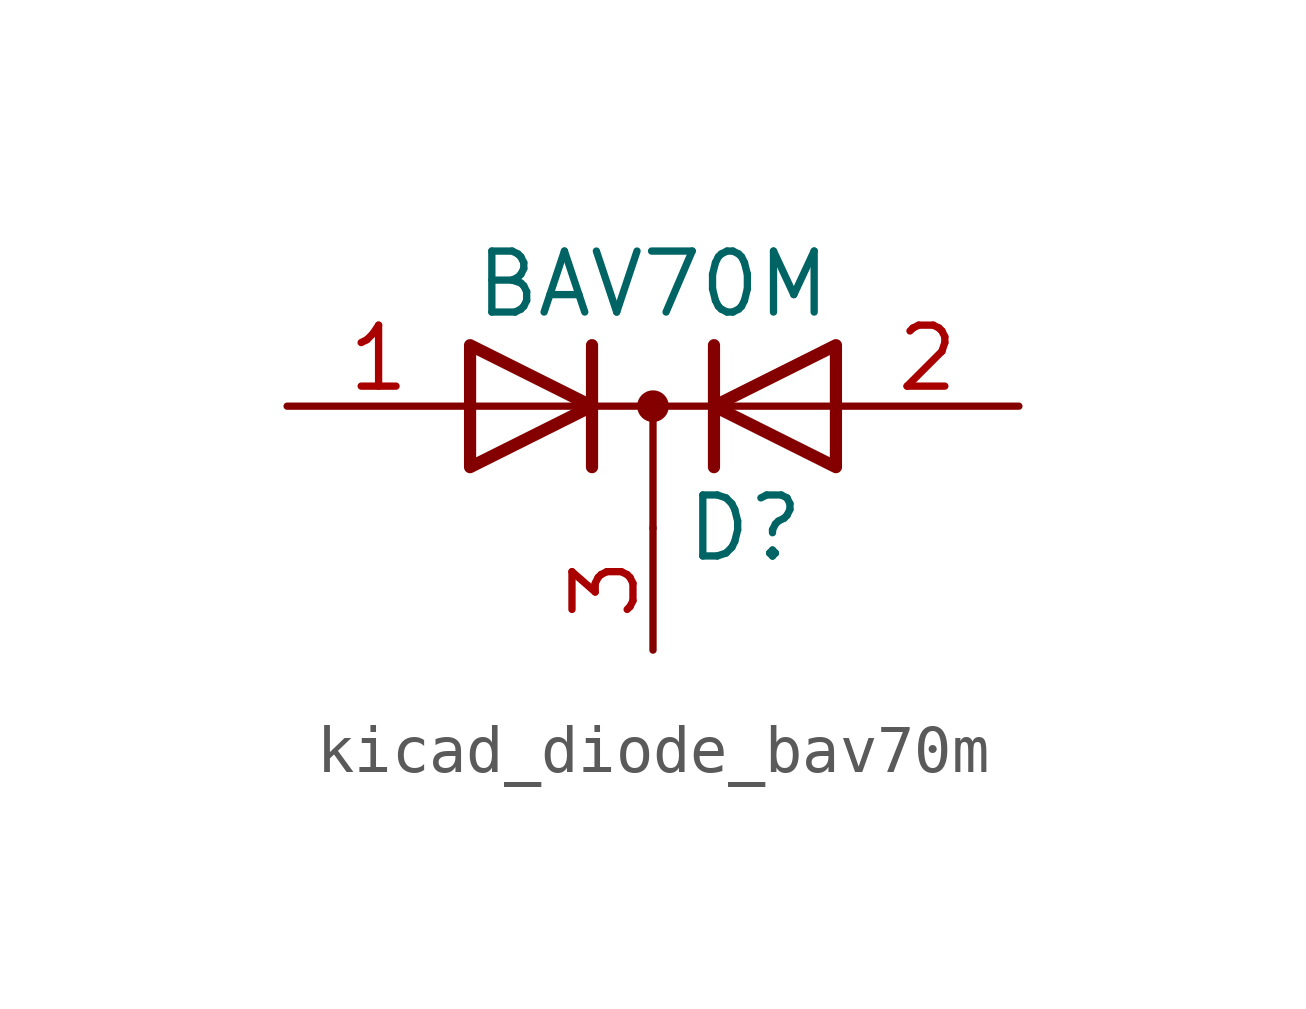
<source format=kicad_sym>
(kicad_symbol_lib
  (version 20220914)
  (generator kicad_symbol_editor)
  (symbol "kicad_diode_bav70m"
    (pin_names hide)
    (property "Reference" "D"
      (at 0.635 -2.54 0)
      (effects (font (size 1.27 1.27)) (justify left)))
    (property "Value" "BAV70M"
      (at 0 2.54 0)
      (effects (font (size 1.27 1.27))))
    (symbol "kicad_diode_bav70m_0_1"
      (polyline (pts (xy -3.81 0) (xy 3.81 0)) (stroke (width 0) (type default)) (fill (type none)))
      (polyline (pts (xy 0 0) (xy 0 -2.54)) (stroke (width 0) (type default)) (fill (type none)))
      (polyline (pts (xy -1.27 -1.27) (xy -1.27 1.27) (xy -1.27 1.27)) (stroke (width 0.254) (type default)) (fill (type none)))
      (polyline (pts (xy 1.27 -1.27) (xy 1.27 1.27) (xy 1.27 1.27)) (stroke (width 0.254) (type default)) (fill (type none)))
      (polyline (pts (xy -3.81 1.27) (xy -1.27 0) (xy -3.81 -1.27) (xy -3.81 1.27) (xy -3.81 1.27) (xy -3.81 1.27)) (stroke (width 0.254) (type default)) (fill (type none)))
      (polyline (pts (xy 3.81 -1.27) (xy 1.27 0) (xy 3.81 1.27) (xy 3.81 -1.27) (xy 3.81 -1.27) (xy 3.81 -1.27)) (stroke (width 0.254) (type default)) (fill (type none)))
      (circle (center 0 0) (radius 0.254) (stroke (width 0) (type default)) (fill (type outline)))
      (pin passive line (at -7.62 0 0) (length 3.81) (name "A" (effects (font (size 1.27 1.27)))) (number "1" (effects (font (size 1.27 1.27)))))
      (pin passive line (at 7.62 0 180) (length 3.81) (name "A" (effects (font (size 1.27 1.27)))) (number "2" (effects (font (size 1.27 1.27)))))
      (pin passive line (at 0 -5.08 90) (length 2.54) (name "K" (effects (font (size 1.27 1.27)))) (number "3" (effects (font (size 1.27 1.27))))))))
</source>
